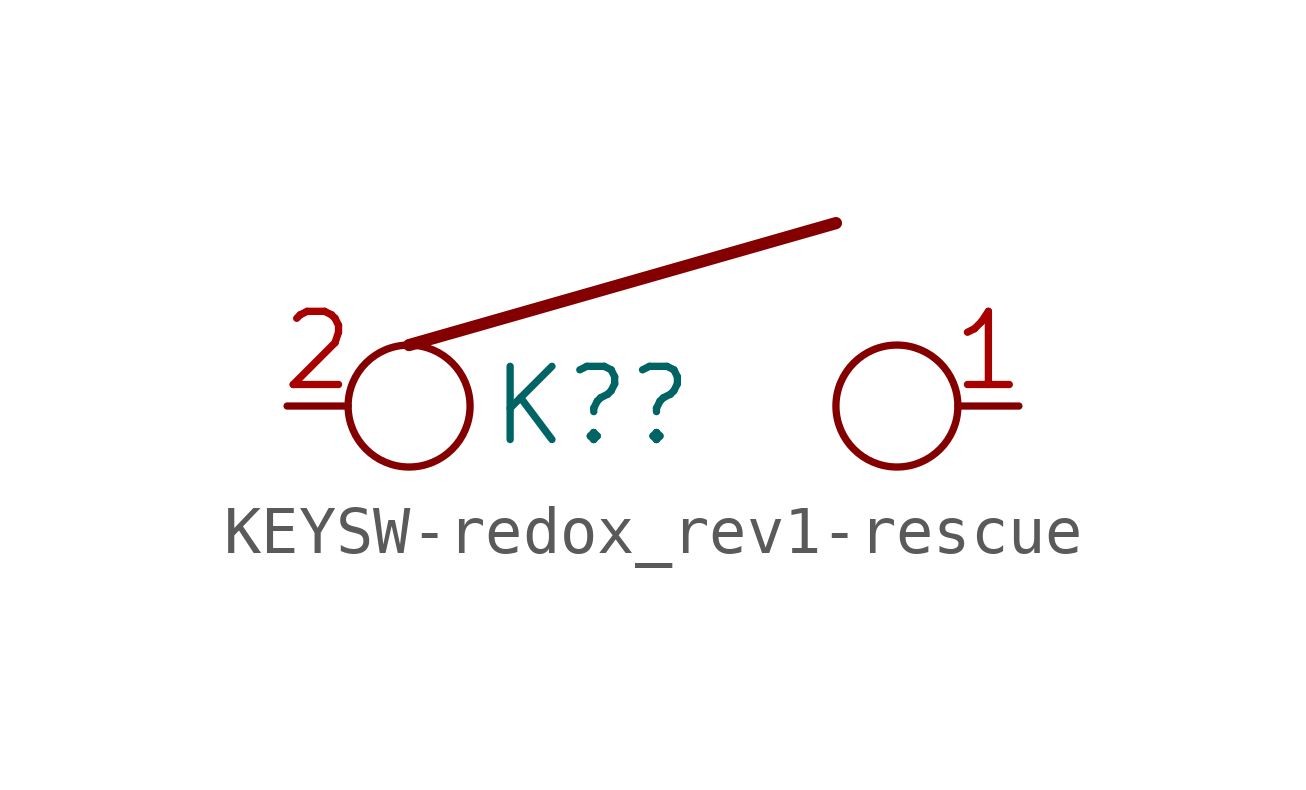
<source format=kicad_sym>
(kicad_symbol_lib
  (version 20220914)
  (generator kicad_symbol_editor)
  (symbol "KEYSW-redox_rev1-rescue"
    (pin_names
      (offset 1.016))
    (property "Reference" "K?"
      (at -1.27 0 0)
      (effects (font (size 1.524 1.524))))
    (property "Footprint" ""
      (at 0 0 0)
      (effects (font (size 1.524 1.524))))
    (property "Datasheet" ""
      (at 0 0 0)
      (effects (font (size 1.524 1.524))))
    (symbol "KEYSW-redox_rev1-rescue_0_1"
      (circle (center -5.08 0) (radius 1.27) (stroke (width 0) (type solid)) (fill (type none)))
      (polyline (pts (xy -5.08 1.27) (xy 3.81 3.81)) (stroke (width 0.254) (type solid)) (fill (type none)))
      (circle (center 5.08 0) (radius 1.27) (stroke (width 0) (type solid)) (fill (type none))))
    (symbol "KEYSW-redox_rev1-rescue_1_1"
      (pin passive line (at 7.62 0 180) (length 1.27) (name "~" (effects (font (size 1.524 1.524)))) (number "1" (effects (font (size 1.524 1.524)))))
      (pin passive line (at -7.62 0 0) (length 1.27) (name "~" (effects (font (size 1.524 1.524)))) (number "2" (effects (font (size 1.524 1.524))))))))
</source>
